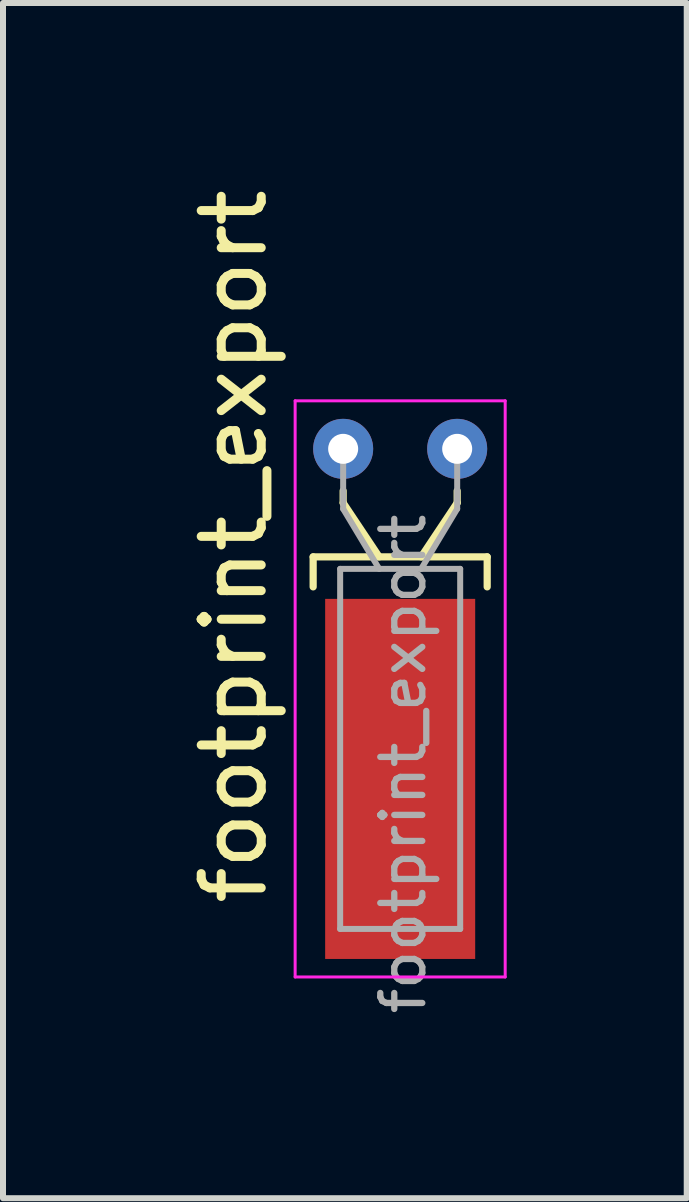
<source format=kicad_pcb>
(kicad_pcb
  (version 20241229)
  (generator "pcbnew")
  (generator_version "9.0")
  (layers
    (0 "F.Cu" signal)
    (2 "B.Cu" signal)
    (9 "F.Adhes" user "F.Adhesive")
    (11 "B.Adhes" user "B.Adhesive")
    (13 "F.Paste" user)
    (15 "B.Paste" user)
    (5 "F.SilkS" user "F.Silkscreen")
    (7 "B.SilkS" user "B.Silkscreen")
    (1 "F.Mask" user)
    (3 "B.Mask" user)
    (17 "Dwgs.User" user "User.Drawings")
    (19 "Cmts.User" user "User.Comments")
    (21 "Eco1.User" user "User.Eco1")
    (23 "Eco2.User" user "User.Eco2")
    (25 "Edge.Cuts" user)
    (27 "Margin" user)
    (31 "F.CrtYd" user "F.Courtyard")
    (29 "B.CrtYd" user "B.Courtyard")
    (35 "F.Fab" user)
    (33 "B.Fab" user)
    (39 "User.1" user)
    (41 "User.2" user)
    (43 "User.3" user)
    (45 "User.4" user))
  (footprint "footprint_export"
    (layer "F.Cu")
    (at 2.668 4.429)
    (property "Reference" "footprint_export" (at -1.82 1.625 90) (layer "F.SilkS") (effects (font (size 1 1) (thickness 0.15))))
    (attr through_hole)
    (fp_line (start -0.5 1.8) (end 2.4 1.8) (stroke (width 0.12) (type solid)) (layer "F.SilkS"))
    (fp_line (start -0.5 2.3) (end -0.5 1.8) (stroke (width 0.12) (type solid)) (layer "F.SilkS"))
    (fp_line (start 0 0.9) (end 0 0.7) (stroke (width 0.12) (type solid)) (layer "F.SilkS"))
    (fp_line (start 0.6 1.8) (end 0 0.9) (stroke (width 0.12) (type solid)) (layer "F.SilkS"))
    (fp_line (start 1.3 1.8) (end 1.9 0.9) (stroke (width 0.12) (type solid)) (layer "F.SilkS"))
    (fp_line (start 1.9 0.9) (end 1.9 0.7) (stroke (width 0.12) (type solid)) (layer "F.SilkS"))
    (fp_line (start 2.4 1.8) (end 2.4 2.3) (stroke (width 0.12) (type solid)) (layer "F.SilkS"))
    (fp_line (start -0.8 -0.8) (end -0.8 8.8) (stroke (width 0.05) (type solid)) (layer "F.CrtYd"))
    (fp_line (start -0.8 8.8) (end 2.7 8.8) (stroke (width 0.05) (type solid)) (layer "F.CrtYd"))
    (fp_line (start 2.7 -0.8) (end -0.8 -0.8) (stroke (width 0.05) (type solid)) (layer "F.CrtYd"))
    (fp_line (start 2.7 8.8) (end 2.7 -0.8) (stroke (width 0.05) (type solid)) (layer "F.CrtYd"))
    (fp_line (start -0.05 2) (end -0.05 8) (stroke (width 0.1) (type solid)) (layer "F.Fab"))
    (fp_line (start -0.05 8) (end 1.95 8) (stroke (width 0.1) (type solid)) (layer "F.Fab"))
    (fp_line (start 0 1) (end 0 0) (stroke (width 0.1) (type solid)) (layer "F.Fab"))
    (fp_line (start 0.6 2) (end 0 1) (stroke (width 0.1) (type solid)) (layer "F.Fab"))
    (fp_line (start 1.3 2) (end 1.9 1) (stroke (width 0.1) (type solid)) (layer "F.Fab"))
    (fp_line (start 1.9 1) (end 1.9 0) (stroke (width 0.1) (type solid)) (layer "F.Fab"))
    (fp_line (start 1.95 2) (end -0.05 2) (stroke (width 0.1) (type solid)) (layer "F.Fab"))
    (fp_line (start 1.95 8) (end 1.95 2) (stroke (width 0.1) (type solid)) (layer "F.Fab"))
    (fp_text user "${REFERENCE}" (at 1 5.25 90) (layer "F.Fab") (effects (font (size 0.7 0.7) (thickness 0.105))))
    (pad "1" thru_hole circle (at 0 0) (size 1 1) (drill 0.5) (layers "*.Cu" "*.Mask"))
    (pad "2" thru_hole circle (at 1.9 0) (size 1 1) (drill 0.5) (layers "*.Cu" "*.Mask"))
    (pad "3" smd rect (at 0.95 5.5) (size 2.5 6) (layers "F.Cu" "F.Mask" "F.Paste")))
  (gr_rect
    (start -3 -3)
    (end 8.393 16.916)
    (stroke (width 0.1) (type default))
    (fill no)
    (layer "Edge.Cuts")))
</source>
